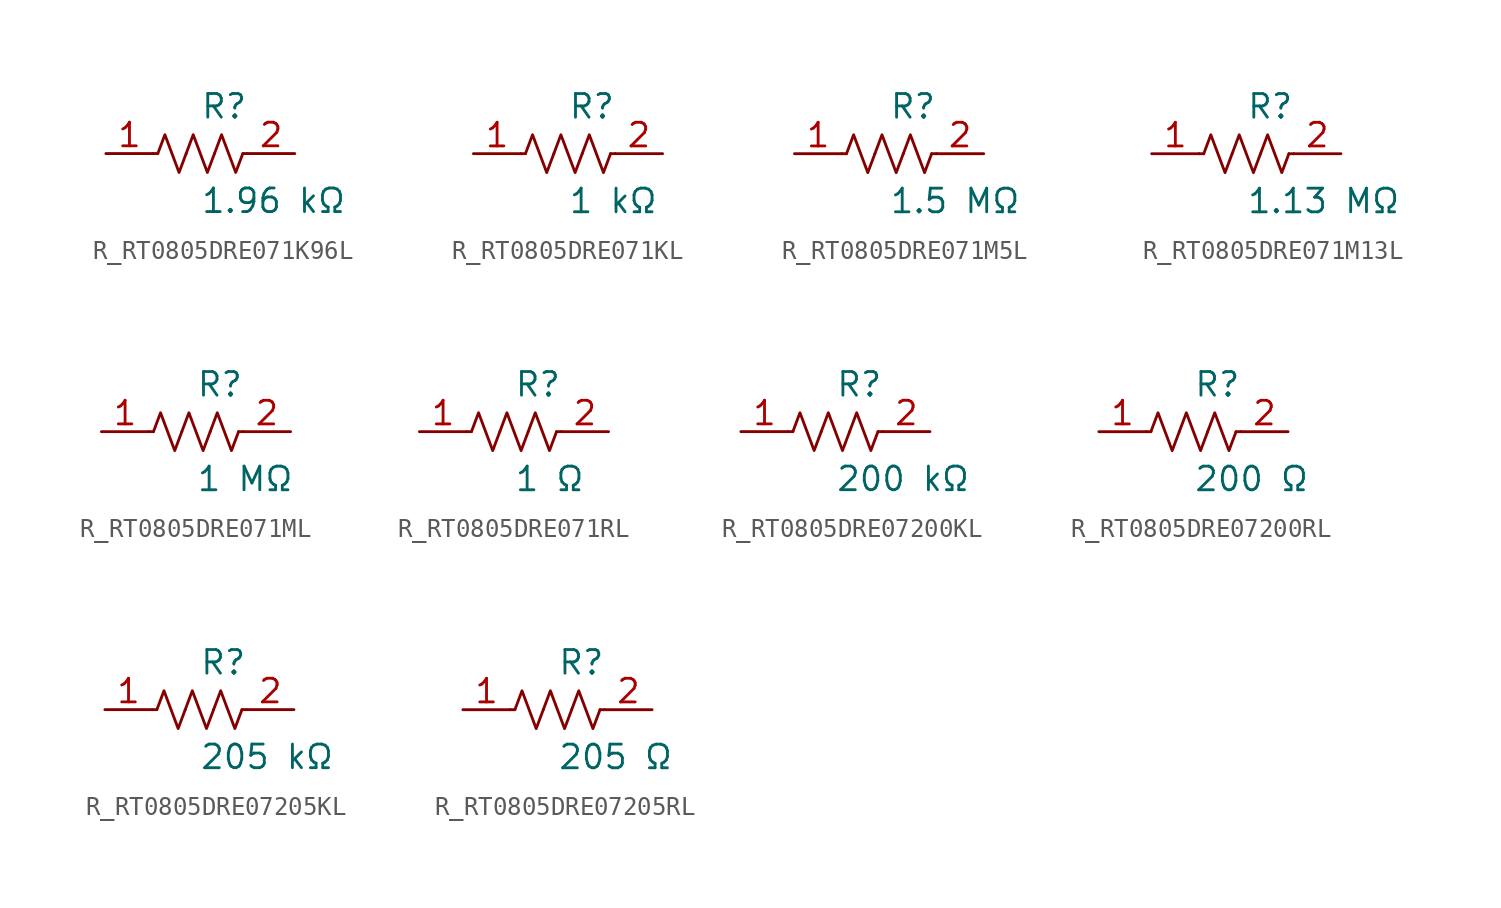
<source format=kicad_sym>
(kicad_symbol_lib
  (version 20231120)
  (generator kicad_symbol_editor)
  (generator_version 8.0)
  (symbol "R_RT0805DRE071K96L"
    (pin_names
      (offset 0.254))
    (property "Reference" "R"
      (at 0 2.54 0)
      (effects (font (size 1.27 1.27)) (justify left)))
    (property "Value" "1.96 kΩ"
      (at 0 -2.54 0)
      (effects (font (size 1.27 1.27)) (justify left)))
    (symbol "R_RT0805DRE071K96L_0_1"
      (polyline (pts (xy 2.286 0) (xy 2.54 0)) (stroke (width 0) (type default)) (fill (type none)))
      (polyline (pts (xy -2.286 0) (xy -2.54 0)) (stroke (width 0) (type default)) (fill (type none)))
      (polyline (pts (xy 0.762 0) (xy 1.143 1.016) (xy 1.524 0) (xy 1.905 -1.016) (xy 2.286 0)) (stroke (width 0) (type default)) (fill (type none)))
      (polyline (pts (xy -0.762 0) (xy -0.381 1.016) (xy 0 0) (xy 0.381 -1.016) (xy 0.762 0)) (stroke (width 0) (type default)) (fill (type none)))
      (polyline (pts (xy -2.286 0) (xy -1.905 1.016) (xy -1.524 0) (xy -1.143 -1.016) (xy -0.762 0)) (stroke (width 0) (type default)) (fill (type none))))
    (pin passive line
      (at -5.08 0 0)
      (length 2.54)
      (name "" (effects (font (size 1.27 1.27))))
      (number "1" (effects (font (size 1.27 1.27)))))
    (pin passive line
      (at 5.08 0 180)
      (length 2.54)
      (name "" (effects (font (size 1.27 1.27))))
      (number "2" (effects (font (size 1.27 1.27))))))
  (symbol "R_RT0805DRE071KL"
    (pin_names
      (offset 0.254))
    (property "Reference" "R"
      (at 0 2.54 0)
      (effects (font (size 1.27 1.27)) (justify left)))
    (property "Value" "1 kΩ"
      (at 0 -2.54 0)
      (effects (font (size 1.27 1.27)) (justify left)))
    (symbol "R_RT0805DRE071KL_0_1"
      (polyline (pts (xy 2.286 0) (xy 2.54 0)) (stroke (width 0) (type default)) (fill (type none)))
      (polyline (pts (xy -2.286 0) (xy -2.54 0)) (stroke (width 0) (type default)) (fill (type none)))
      (polyline (pts (xy 0.762 0) (xy 1.143 1.016) (xy 1.524 0) (xy 1.905 -1.016) (xy 2.286 0)) (stroke (width 0) (type default)) (fill (type none)))
      (polyline (pts (xy -0.762 0) (xy -0.381 1.016) (xy 0 0) (xy 0.381 -1.016) (xy 0.762 0)) (stroke (width 0) (type default)) (fill (type none)))
      (polyline (pts (xy -2.286 0) (xy -1.905 1.016) (xy -1.524 0) (xy -1.143 -1.016) (xy -0.762 0)) (stroke (width 0) (type default)) (fill (type none))))
    (pin passive line
      (at -5.08 0 0)
      (length 2.54)
      (name "" (effects (font (size 1.27 1.27))))
      (number "1" (effects (font (size 1.27 1.27)))))
    (pin passive line
      (at 5.08 0 180)
      (length 2.54)
      (name "" (effects (font (size 1.27 1.27))))
      (number "2" (effects (font (size 1.27 1.27))))))
  (symbol "R_RT0805DRE071M5L"
    (pin_names
      (offset 0.254))
    (property "Reference" "R"
      (at 0 2.54 0)
      (effects (font (size 1.27 1.27)) (justify left)))
    (property "Value" "1.5 MΩ"
      (at 0 -2.54 0)
      (effects (font (size 1.27 1.27)) (justify left)))
    (symbol "R_RT0805DRE071M5L_0_1"
      (polyline (pts (xy 2.286 0) (xy 2.54 0)) (stroke (width 0) (type default)) (fill (type none)))
      (polyline (pts (xy -2.286 0) (xy -2.54 0)) (stroke (width 0) (type default)) (fill (type none)))
      (polyline (pts (xy 0.762 0) (xy 1.143 1.016) (xy 1.524 0) (xy 1.905 -1.016) (xy 2.286 0)) (stroke (width 0) (type default)) (fill (type none)))
      (polyline (pts (xy -0.762 0) (xy -0.381 1.016) (xy 0 0) (xy 0.381 -1.016) (xy 0.762 0)) (stroke (width 0) (type default)) (fill (type none)))
      (polyline (pts (xy -2.286 0) (xy -1.905 1.016) (xy -1.524 0) (xy -1.143 -1.016) (xy -0.762 0)) (stroke (width 0) (type default)) (fill (type none))))
    (pin passive line
      (at -5.08 0 0)
      (length 2.54)
      (name "" (effects (font (size 1.27 1.27))))
      (number "1" (effects (font (size 1.27 1.27)))))
    (pin passive line
      (at 5.08 0 180)
      (length 2.54)
      (name "" (effects (font (size 1.27 1.27))))
      (number "2" (effects (font (size 1.27 1.27))))))
  (symbol "R_RT0805DRE071M13L"
    (pin_names
      (offset 0.254))
    (property "Reference" "R"
      (at 0 2.54 0)
      (effects (font (size 1.27 1.27)) (justify left)))
    (property "Value" "1.13 MΩ"
      (at 0 -2.54 0)
      (effects (font (size 1.27 1.27)) (justify left)))
    (symbol "R_RT0805DRE071M13L_0_1"
      (polyline (pts (xy 2.286 0) (xy 2.54 0)) (stroke (width 0) (type default)) (fill (type none)))
      (polyline (pts (xy -2.286 0) (xy -2.54 0)) (stroke (width 0) (type default)) (fill (type none)))
      (polyline (pts (xy 0.762 0) (xy 1.143 1.016) (xy 1.524 0) (xy 1.905 -1.016) (xy 2.286 0)) (stroke (width 0) (type default)) (fill (type none)))
      (polyline (pts (xy -0.762 0) (xy -0.381 1.016) (xy 0 0) (xy 0.381 -1.016) (xy 0.762 0)) (stroke (width 0) (type default)) (fill (type none)))
      (polyline (pts (xy -2.286 0) (xy -1.905 1.016) (xy -1.524 0) (xy -1.143 -1.016) (xy -0.762 0)) (stroke (width 0) (type default)) (fill (type none))))
    (pin passive line
      (at -5.08 0 0)
      (length 2.54)
      (name "" (effects (font (size 1.27 1.27))))
      (number "1" (effects (font (size 1.27 1.27)))))
    (pin passive line
      (at 5.08 0 180)
      (length 2.54)
      (name "" (effects (font (size 1.27 1.27))))
      (number "2" (effects (font (size 1.27 1.27))))))
  (symbol "R_RT0805DRE071ML"
    (pin_names
      (offset 0.254))
    (property "Reference" "R"
      (at 0 2.54 0)
      (effects (font (size 1.27 1.27)) (justify left)))
    (property "Value" "1 MΩ"
      (at 0 -2.54 0)
      (effects (font (size 1.27 1.27)) (justify left)))
    (symbol "R_RT0805DRE071ML_0_1"
      (polyline (pts (xy 2.286 0) (xy 2.54 0)) (stroke (width 0) (type default)) (fill (type none)))
      (polyline (pts (xy -2.286 0) (xy -2.54 0)) (stroke (width 0) (type default)) (fill (type none)))
      (polyline (pts (xy 0.762 0) (xy 1.143 1.016) (xy 1.524 0) (xy 1.905 -1.016) (xy 2.286 0)) (stroke (width 0) (type default)) (fill (type none)))
      (polyline (pts (xy -0.762 0) (xy -0.381 1.016) (xy 0 0) (xy 0.381 -1.016) (xy 0.762 0)) (stroke (width 0) (type default)) (fill (type none)))
      (polyline (pts (xy -2.286 0) (xy -1.905 1.016) (xy -1.524 0) (xy -1.143 -1.016) (xy -0.762 0)) (stroke (width 0) (type default)) (fill (type none))))
    (pin passive line
      (at -5.08 0 0)
      (length 2.54)
      (name "" (effects (font (size 1.27 1.27))))
      (number "1" (effects (font (size 1.27 1.27)))))
    (pin passive line
      (at 5.08 0 180)
      (length 2.54)
      (name "" (effects (font (size 1.27 1.27))))
      (number "2" (effects (font (size 1.27 1.27))))))
  (symbol "R_RT0805DRE071RL"
    (pin_names
      (offset 0.254))
    (property "Reference" "R"
      (at 0 2.54 0)
      (effects (font (size 1.27 1.27)) (justify left)))
    (property "Value" "1 Ω"
      (at 0 -2.54 0)
      (effects (font (size 1.27 1.27)) (justify left)))
    (symbol "R_RT0805DRE071RL_0_1"
      (polyline (pts (xy 2.286 0) (xy 2.54 0)) (stroke (width 0) (type default)) (fill (type none)))
      (polyline (pts (xy -2.286 0) (xy -2.54 0)) (stroke (width 0) (type default)) (fill (type none)))
      (polyline (pts (xy 0.762 0) (xy 1.143 1.016) (xy 1.524 0) (xy 1.905 -1.016) (xy 2.286 0)) (stroke (width 0) (type default)) (fill (type none)))
      (polyline (pts (xy -0.762 0) (xy -0.381 1.016) (xy 0 0) (xy 0.381 -1.016) (xy 0.762 0)) (stroke (width 0) (type default)) (fill (type none)))
      (polyline (pts (xy -2.286 0) (xy -1.905 1.016) (xy -1.524 0) (xy -1.143 -1.016) (xy -0.762 0)) (stroke (width 0) (type default)) (fill (type none))))
    (pin passive line
      (at -5.08 0 0)
      (length 2.54)
      (name "" (effects (font (size 1.27 1.27))))
      (number "1" (effects (font (size 1.27 1.27)))))
    (pin passive line
      (at 5.08 0 180)
      (length 2.54)
      (name "" (effects (font (size 1.27 1.27))))
      (number "2" (effects (font (size 1.27 1.27))))))
  (symbol "R_RT0805DRE07200KL"
    (pin_names
      (offset 0.254))
    (property "Reference" "R"
      (at 0 2.54 0)
      (effects (font (size 1.27 1.27)) (justify left)))
    (property "Value" "200 kΩ"
      (at 0 -2.54 0)
      (effects (font (size 1.27 1.27)) (justify left)))
    (symbol "R_RT0805DRE07200KL_0_1"
      (polyline (pts (xy 2.286 0) (xy 2.54 0)) (stroke (width 0) (type default)) (fill (type none)))
      (polyline (pts (xy -2.286 0) (xy -2.54 0)) (stroke (width 0) (type default)) (fill (type none)))
      (polyline (pts (xy 0.762 0) (xy 1.143 1.016) (xy 1.524 0) (xy 1.905 -1.016) (xy 2.286 0)) (stroke (width 0) (type default)) (fill (type none)))
      (polyline (pts (xy -0.762 0) (xy -0.381 1.016) (xy 0 0) (xy 0.381 -1.016) (xy 0.762 0)) (stroke (width 0) (type default)) (fill (type none)))
      (polyline (pts (xy -2.286 0) (xy -1.905 1.016) (xy -1.524 0) (xy -1.143 -1.016) (xy -0.762 0)) (stroke (width 0) (type default)) (fill (type none))))
    (pin passive line
      (at -5.08 0 0)
      (length 2.54)
      (name "" (effects (font (size 1.27 1.27))))
      (number "1" (effects (font (size 1.27 1.27)))))
    (pin passive line
      (at 5.08 0 180)
      (length 2.54)
      (name "" (effects (font (size 1.27 1.27))))
      (number "2" (effects (font (size 1.27 1.27))))))
  (symbol "R_RT0805DRE07200RL"
    (pin_names
      (offset 0.254))
    (property "Reference" "R"
      (at 0 2.54 0)
      (effects (font (size 1.27 1.27)) (justify left)))
    (property "Value" "200 Ω"
      (at 0 -2.54 0)
      (effects (font (size 1.27 1.27)) (justify left)))
    (symbol "R_RT0805DRE07200RL_0_1"
      (polyline (pts (xy 2.286 0) (xy 2.54 0)) (stroke (width 0) (type default)) (fill (type none)))
      (polyline (pts (xy -2.286 0) (xy -2.54 0)) (stroke (width 0) (type default)) (fill (type none)))
      (polyline (pts (xy 0.762 0) (xy 1.143 1.016) (xy 1.524 0) (xy 1.905 -1.016) (xy 2.286 0)) (stroke (width 0) (type default)) (fill (type none)))
      (polyline (pts (xy -0.762 0) (xy -0.381 1.016) (xy 0 0) (xy 0.381 -1.016) (xy 0.762 0)) (stroke (width 0) (type default)) (fill (type none)))
      (polyline (pts (xy -2.286 0) (xy -1.905 1.016) (xy -1.524 0) (xy -1.143 -1.016) (xy -0.762 0)) (stroke (width 0) (type default)) (fill (type none))))
    (pin passive line
      (at -5.08 0 0)
      (length 2.54)
      (name "" (effects (font (size 1.27 1.27))))
      (number "1" (effects (font (size 1.27 1.27)))))
    (pin passive line
      (at 5.08 0 180)
      (length 2.54)
      (name "" (effects (font (size 1.27 1.27))))
      (number "2" (effects (font (size 1.27 1.27))))))
  (symbol "R_RT0805DRE07205KL"
    (pin_names
      (offset 0.254))
    (property "Reference" "R"
      (at 0 2.54 0)
      (effects (font (size 1.27 1.27)) (justify left)))
    (property "Value" "205 kΩ"
      (at 0 -2.54 0)
      (effects (font (size 1.27 1.27)) (justify left)))
    (symbol "R_RT0805DRE07205KL_0_1"
      (polyline (pts (xy 2.286 0) (xy 2.54 0)) (stroke (width 0) (type default)) (fill (type none)))
      (polyline (pts (xy -2.286 0) (xy -2.54 0)) (stroke (width 0) (type default)) (fill (type none)))
      (polyline (pts (xy 0.762 0) (xy 1.143 1.016) (xy 1.524 0) (xy 1.905 -1.016) (xy 2.286 0)) (stroke (width 0) (type default)) (fill (type none)))
      (polyline (pts (xy -0.762 0) (xy -0.381 1.016) (xy 0 0) (xy 0.381 -1.016) (xy 0.762 0)) (stroke (width 0) (type default)) (fill (type none)))
      (polyline (pts (xy -2.286 0) (xy -1.905 1.016) (xy -1.524 0) (xy -1.143 -1.016) (xy -0.762 0)) (stroke (width 0) (type default)) (fill (type none))))
    (pin passive line
      (at -5.08 0 0)
      (length 2.54)
      (name "" (effects (font (size 1.27 1.27))))
      (number "1" (effects (font (size 1.27 1.27)))))
    (pin passive line
      (at 5.08 0 180)
      (length 2.54)
      (name "" (effects (font (size 1.27 1.27))))
      (number "2" (effects (font (size 1.27 1.27))))))
  (symbol "R_RT0805DRE07205RL"
    (pin_names
      (offset 0.254))
    (property "Reference" "R"
      (at 0 2.54 0)
      (effects (font (size 1.27 1.27)) (justify left)))
    (property "Value" "205 Ω"
      (at 0 -2.54 0)
      (effects (font (size 1.27 1.27)) (justify left)))
    (symbol "R_RT0805DRE07205RL_0_1"
      (polyline (pts (xy 2.286 0) (xy 2.54 0)) (stroke (width 0) (type default)) (fill (type none)))
      (polyline (pts (xy -2.286 0) (xy -2.54 0)) (stroke (width 0) (type default)) (fill (type none)))
      (polyline (pts (xy 0.762 0) (xy 1.143 1.016) (xy 1.524 0) (xy 1.905 -1.016) (xy 2.286 0)) (stroke (width 0) (type default)) (fill (type none)))
      (polyline (pts (xy -0.762 0) (xy -0.381 1.016) (xy 0 0) (xy 0.381 -1.016) (xy 0.762 0)) (stroke (width 0) (type default)) (fill (type none)))
      (polyline (pts (xy -2.286 0) (xy -1.905 1.016) (xy -1.524 0) (xy -1.143 -1.016) (xy -0.762 0)) (stroke (width 0) (type default)) (fill (type none))))
    (pin passive line
      (at -5.08 0 0)
      (length 2.54)
      (name "" (effects (font (size 1.27 1.27))))
      (number "1" (effects (font (size 1.27 1.27)))))
    (pin passive line
      (at 5.08 0 180)
      (length 2.54)
      (name "" (effects (font (size 1.27 1.27))))
      (number "2" (effects (font (size 1.27 1.27)))))))
</source>
